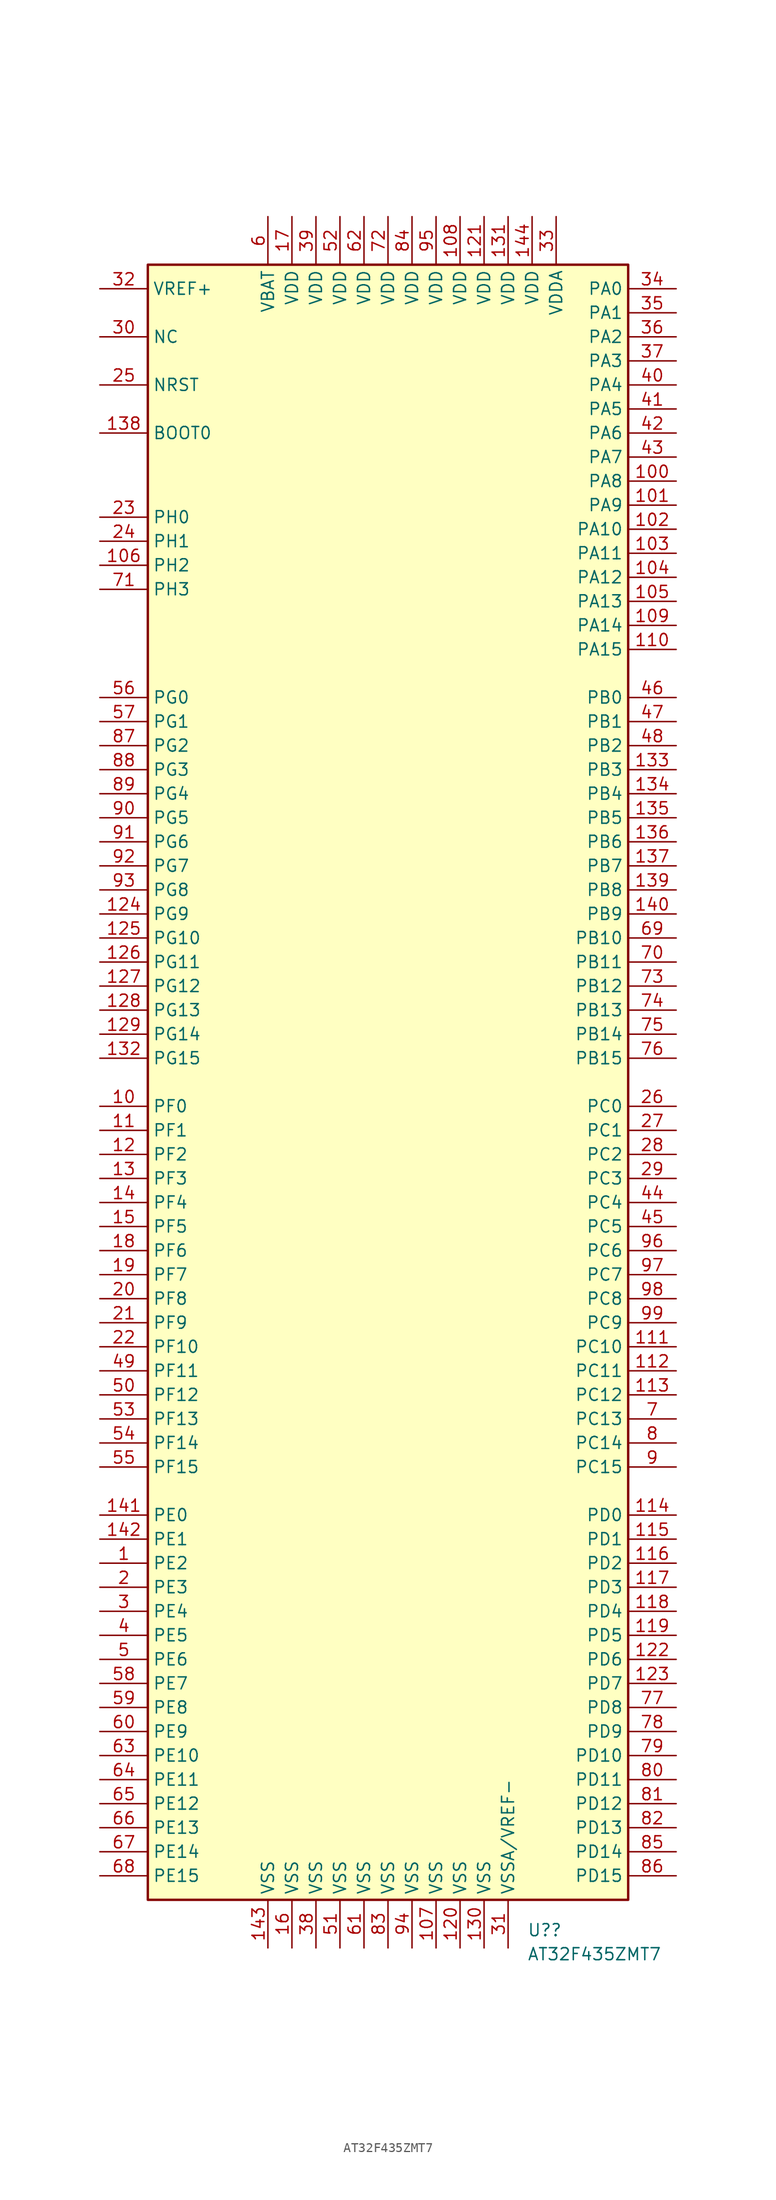
<source format=kicad_sym>
(kicad_symbol_lib
  (version 20211014)
  (generator kicad_symbol_editor)
  (symbol "AT32F435ZMT7"
    (property "Reference" "U?"
      (at 14.719 -89.565 0)
      (effects (font (size 1.27 1.27)) (justify left)))
    (property "Value" "AT32F435ZMT7"
      (at 14.719 -92.105 0)
      (effects (font (size 1.27 1.27)) (justify left)))
    (symbol "AT32F435ZMT7_0_1"
      (rectangle (start -25.4 -86.36) (end 25.4 86.36) (stroke (width 0.254) (type default) (color 0 0 0 0)) (fill (type background))))
    (symbol "AT32F435ZMT7_1_1"
      (pin bidirectional line (at -30.48 -50.8 0) (length 5.08) (name "PE2" (effects (font (size 1.27 1.27)))) (number "1" (effects (font (size 1.27 1.27)))))
      (pin bidirectional line (at -30.48 -2.54 0) (length 5.08) (name "PF0" (effects (font (size 1.27 1.27)))) (number "10" (effects (font (size 1.27 1.27)))))
      (pin bidirectional line (at 30.48 63.5 180) (length 5.08) (name "PA8" (effects (font (size 1.27 1.27)))) (number "100" (effects (font (size 1.27 1.27)))))
      (pin bidirectional line (at 30.48 60.96 180) (length 5.08) (name "PA9" (effects (font (size 1.27 1.27)))) (number "101" (effects (font (size 1.27 1.27)))))
      (pin bidirectional line (at 30.48 58.42 180) (length 5.08) (name "PA10" (effects (font (size 1.27 1.27)))) (number "102" (effects (font (size 1.27 1.27)))))
      (pin bidirectional line (at 30.48 55.88 180) (length 5.08) (name "PA11" (effects (font (size 1.27 1.27)))) (number "103" (effects (font (size 1.27 1.27)))))
      (pin bidirectional line (at 30.48 53.34 180) (length 5.08) (name "PA12" (effects (font (size 1.27 1.27)))) (number "104" (effects (font (size 1.27 1.27)))))
      (pin bidirectional line (at 30.48 50.8 180) (length 5.08) (name "PA13" (effects (font (size 1.27 1.27)))) (number "105" (effects (font (size 1.27 1.27)))))
      (pin bidirectional line (at -30.48 54.61 0) (length 5.08) (name "PH2" (effects (font (size 1.27 1.27)))) (number "106" (effects (font (size 1.27 1.27)))))
      (pin power_in line (at 5.08 -91.44 90) (length 5.08) (name "VSS" (effects (font (size 1.27 1.27)))) (number "107" (effects (font (size 1.27 1.27)))))
      (pin power_in line (at 7.62 91.44 270) (length 5.08) (name "VDD" (effects (font (size 1.27 1.27)))) (number "108" (effects (font (size 1.27 1.27)))))
      (pin bidirectional line (at 30.48 48.26 180) (length 5.08) (name "PA14" (effects (font (size 1.27 1.27)))) (number "109" (effects (font (size 1.27 1.27)))))
      (pin bidirectional line (at -30.48 -5.08 0) (length 5.08) (name "PF1" (effects (font (size 1.27 1.27)))) (number "11" (effects (font (size 1.27 1.27)))))
      (pin bidirectional line (at 30.48 45.72 180) (length 5.08) (name "PA15" (effects (font (size 1.27 1.27)))) (number "110" (effects (font (size 1.27 1.27)))))
      (pin bidirectional line (at 30.48 -27.94 180) (length 5.08) (name "PC10" (effects (font (size 1.27 1.27)))) (number "111" (effects (font (size 1.27 1.27)))))
      (pin bidirectional line (at 30.48 -30.48 180) (length 5.08) (name "PC11" (effects (font (size 1.27 1.27)))) (number "112" (effects (font (size 1.27 1.27)))))
      (pin bidirectional line (at 30.48 -33.02 180) (length 5.08) (name "PC12" (effects (font (size 1.27 1.27)))) (number "113" (effects (font (size 1.27 1.27)))))
      (pin bidirectional line (at 30.48 -45.72 180) (length 5.08) (name "PD0" (effects (font (size 1.27 1.27)))) (number "114" (effects (font (size 1.27 1.27)))))
      (pin bidirectional line (at 30.48 -48.26 180) (length 5.08) (name "PD1" (effects (font (size 1.27 1.27)))) (number "115" (effects (font (size 1.27 1.27)))))
      (pin bidirectional line (at 30.48 -50.8 180) (length 5.08) (name "PD2" (effects (font (size 1.27 1.27)))) (number "116" (effects (font (size 1.27 1.27)))))
      (pin bidirectional line (at 30.48 -53.34 180) (length 5.08) (name "PD3" (effects (font (size 1.27 1.27)))) (number "117" (effects (font (size 1.27 1.27)))))
      (pin bidirectional line (at 30.48 -55.88 180) (length 5.08) (name "PD4" (effects (font (size 1.27 1.27)))) (number "118" (effects (font (size 1.27 1.27)))))
      (pin bidirectional line (at 30.48 -58.42 180) (length 5.08) (name "PD5" (effects (font (size 1.27 1.27)))) (number "119" (effects (font (size 1.27 1.27)))))
      (pin bidirectional line (at -30.48 -7.62 0) (length 5.08) (name "PF2" (effects (font (size 1.27 1.27)))) (number "12" (effects (font (size 1.27 1.27)))))
      (pin power_in line (at 7.62 -91.44 90) (length 5.08) (name "VSS" (effects (font (size 1.27 1.27)))) (number "120" (effects (font (size 1.27 1.27)))))
      (pin power_in line (at 10.16 91.44 270) (length 5.08) (name "VDD" (effects (font (size 1.27 1.27)))) (number "121" (effects (font (size 1.27 1.27)))))
      (pin bidirectional line (at 30.48 -60.96 180) (length 5.08) (name "PD6" (effects (font (size 1.27 1.27)))) (number "122" (effects (font (size 1.27 1.27)))))
      (pin bidirectional line (at 30.48 -63.5 180) (length 5.08) (name "PD7" (effects (font (size 1.27 1.27)))) (number "123" (effects (font (size 1.27 1.27)))))
      (pin bidirectional line (at -30.48 17.78 0) (length 5.08) (name "PG9" (effects (font (size 1.27 1.27)))) (number "124" (effects (font (size 1.27 1.27)))))
      (pin bidirectional line (at -30.48 15.24 0) (length 5.08) (name "PG10" (effects (font (size 1.27 1.27)))) (number "125" (effects (font (size 1.27 1.27)))))
      (pin bidirectional line (at -30.48 12.7 0) (length 5.08) (name "PG11" (effects (font (size 1.27 1.27)))) (number "126" (effects (font (size 1.27 1.27)))))
      (pin bidirectional line (at -30.48 10.16 0) (length 5.08) (name "PG12" (effects (font (size 1.27 1.27)))) (number "127" (effects (font (size 1.27 1.27)))))
      (pin bidirectional line (at -30.48 7.62 0) (length 5.08) (name "PG13" (effects (font (size 1.27 1.27)))) (number "128" (effects (font (size 1.27 1.27)))))
      (pin bidirectional line (at -30.48 5.08 0) (length 5.08) (name "PG14" (effects (font (size 1.27 1.27)))) (number "129" (effects (font (size 1.27 1.27)))))
      (pin bidirectional line (at -30.48 -10.16 0) (length 5.08) (name "PF3" (effects (font (size 1.27 1.27)))) (number "13" (effects (font (size 1.27 1.27)))))
      (pin power_in line (at 10.16 -91.44 90) (length 5.08) (name "VSS" (effects (font (size 1.27 1.27)))) (number "130" (effects (font (size 1.27 1.27)))))
      (pin power_in line (at 12.7 91.44 270) (length 5.08) (name "VDD" (effects (font (size 1.27 1.27)))) (number "131" (effects (font (size 1.27 1.27)))))
      (pin bidirectional line (at -30.48 2.54 0) (length 5.08) (name "PG15" (effects (font (size 1.27 1.27)))) (number "132" (effects (font (size 1.27 1.27)))))
      (pin bidirectional line (at 30.48 33.02 180) (length 5.08) (name "PB3" (effects (font (size 1.27 1.27)))) (number "133" (effects (font (size 1.27 1.27)))))
      (pin bidirectional line (at 30.48 30.48 180) (length 5.08) (name "PB4" (effects (font (size 1.27 1.27)))) (number "134" (effects (font (size 1.27 1.27)))))
      (pin bidirectional line (at 30.48 27.94 180) (length 5.08) (name "PB5" (effects (font (size 1.27 1.27)))) (number "135" (effects (font (size 1.27 1.27)))))
      (pin bidirectional line (at 30.48 25.4 180) (length 5.08) (name "PB6" (effects (font (size 1.27 1.27)))) (number "136" (effects (font (size 1.27 1.27)))))
      (pin bidirectional line (at 30.48 22.86 180) (length 5.08) (name "PB7" (effects (font (size 1.27 1.27)))) (number "137" (effects (font (size 1.27 1.27)))))
      (pin input line (at -30.48 68.58 0) (length 5.08) (name "BOOT0" (effects (font (size 1.27 1.27)))) (number "138" (effects (font (size 1.27 1.27)))))
      (pin bidirectional line (at 30.48 20.32 180) (length 5.08) (name "PB8" (effects (font (size 1.27 1.27)))) (number "139" (effects (font (size 1.27 1.27)))))
      (pin bidirectional line (at -30.48 -12.7 0) (length 5.08) (name "PF4" (effects (font (size 1.27 1.27)))) (number "14" (effects (font (size 1.27 1.27)))))
      (pin bidirectional line (at 30.48 17.78 180) (length 5.08) (name "PB9" (effects (font (size 1.27 1.27)))) (number "140" (effects (font (size 1.27 1.27)))))
      (pin bidirectional line (at -30.48 -45.72 0) (length 5.08) (name "PE0" (effects (font (size 1.27 1.27)))) (number "141" (effects (font (size 1.27 1.27)))))
      (pin bidirectional line (at -30.48 -48.26 0) (length 5.08) (name "PE1" (effects (font (size 1.27 1.27)))) (number "142" (effects (font (size 1.27 1.27)))))
      (pin power_in line (at -12.7 -91.44 90) (length 5.08) (name "VSS" (effects (font (size 1.27 1.27)))) (number "143" (effects (font (size 1.27 1.27)))))
      (pin power_in line (at 15.24 91.44 270) (length 5.08) (name "VDD" (effects (font (size 1.27 1.27)))) (number "144" (effects (font (size 1.27 1.27)))))
      (pin bidirectional line (at -30.48 -15.24 0) (length 5.08) (name "PF5" (effects (font (size 1.27 1.27)))) (number "15" (effects (font (size 1.27 1.27)))))
      (pin power_in line (at -10.16 -91.44 90) (length 5.08) (name "VSS" (effects (font (size 1.27 1.27)))) (number "16" (effects (font (size 1.27 1.27)))))
      (pin power_in line (at -10.16 91.44 270) (length 5.08) (name "VDD" (effects (font (size 1.27 1.27)))) (number "17" (effects (font (size 1.27 1.27)))))
      (pin bidirectional line (at -30.48 -17.78 0) (length 5.08) (name "PF6" (effects (font (size 1.27 1.27)))) (number "18" (effects (font (size 1.27 1.27)))))
      (pin bidirectional line (at -30.48 -20.32 0) (length 5.08) (name "PF7" (effects (font (size 1.27 1.27)))) (number "19" (effects (font (size 1.27 1.27)))))
      (pin bidirectional line (at -30.48 -53.34 0) (length 5.08) (name "PE3" (effects (font (size 1.27 1.27)))) (number "2" (effects (font (size 1.27 1.27)))))
      (pin bidirectional line (at -30.48 -22.86 0) (length 5.08) (name "PF8" (effects (font (size 1.27 1.27)))) (number "20" (effects (font (size 1.27 1.27)))))
      (pin bidirectional line (at -30.48 -25.4 0) (length 5.08) (name "PF9" (effects (font (size 1.27 1.27)))) (number "21" (effects (font (size 1.27 1.27)))))
      (pin bidirectional line (at -30.48 -27.94 0) (length 5.08) (name "PF10" (effects (font (size 1.27 1.27)))) (number "22" (effects (font (size 1.27 1.27)))))
      (pin bidirectional line (at -30.48 59.69 0) (length 5.08) (name "PH0" (effects (font (size 1.27 1.27)))) (number "23" (effects (font (size 1.27 1.27)))))
      (pin bidirectional line (at -30.48 57.15 0) (length 5.08) (name "PH1" (effects (font (size 1.27 1.27)))) (number "24" (effects (font (size 1.27 1.27)))))
      (pin input line (at -30.48 73.66 0) (length 5.08) (name "NRST" (effects (font (size 1.27 1.27)))) (number "25" (effects (font (size 1.27 1.27)))))
      (pin bidirectional line (at 30.48 -2.54 180) (length 5.08) (name "PC0" (effects (font (size 1.27 1.27)))) (number "26" (effects (font (size 1.27 1.27)))))
      (pin bidirectional line (at 30.48 -5.08 180) (length 5.08) (name "PC1" (effects (font (size 1.27 1.27)))) (number "27" (effects (font (size 1.27 1.27)))))
      (pin bidirectional line (at 30.48 -7.62 180) (length 5.08) (name "PC2" (effects (font (size 1.27 1.27)))) (number "28" (effects (font (size 1.27 1.27)))))
      (pin bidirectional line (at 30.48 -10.16 180) (length 5.08) (name "PC3" (effects (font (size 1.27 1.27)))) (number "29" (effects (font (size 1.27 1.27)))))
      (pin bidirectional line (at -30.48 -55.88 0) (length 5.08) (name "PE4" (effects (font (size 1.27 1.27)))) (number "3" (effects (font (size 1.27 1.27)))))
      (pin free line (at -30.48 78.74 0) (length 5.08) (name "NC" (effects (font (size 1.27 1.27)))) (number "30" (effects (font (size 1.27 1.27)))))
      (pin power_in line (at 12.7 -91.44 90) (length 5.08) (name "VSSA/VREF-" (effects (font (size 1.27 1.27)))) (number "31" (effects (font (size 1.27 1.27)))))
      (pin power_in line (at -30.48 83.82 0) (length 5.08) (name "VREF+" (effects (font (size 1.27 1.27)))) (number "32" (effects (font (size 1.27 1.27)))))
      (pin power_in line (at 17.78 91.44 270) (length 5.08) (name "VDDA" (effects (font (size 1.27 1.27)))) (number "33" (effects (font (size 1.27 1.27)))))
      (pin bidirectional line (at 30.48 83.82 180) (length 5.08) (name "PA0" (effects (font (size 1.27 1.27)))) (number "34" (effects (font (size 1.27 1.27)))))
      (pin bidirectional line (at 30.48 81.28 180) (length 5.08) (name "PA1" (effects (font (size 1.27 1.27)))) (number "35" (effects (font (size 1.27 1.27)))))
      (pin bidirectional line (at 30.48 78.74 180) (length 5.08) (name "PA2" (effects (font (size 1.27 1.27)))) (number "36" (effects (font (size 1.27 1.27)))))
      (pin bidirectional line (at 30.48 76.2 180) (length 5.08) (name "PA3" (effects (font (size 1.27 1.27)))) (number "37" (effects (font (size 1.27 1.27)))))
      (pin power_in line (at -7.62 -91.44 90) (length 5.08) (name "VSS" (effects (font (size 1.27 1.27)))) (number "38" (effects (font (size 1.27 1.27)))))
      (pin power_in line (at -7.62 91.44 270) (length 5.08) (name "VDD" (effects (font (size 1.27 1.27)))) (number "39" (effects (font (size 1.27 1.27)))))
      (pin bidirectional line (at -30.48 -58.42 0) (length 5.08) (name "PE5" (effects (font (size 1.27 1.27)))) (number "4" (effects (font (size 1.27 1.27)))))
      (pin bidirectional line (at 30.48 73.66 180) (length 5.08) (name "PA4" (effects (font (size 1.27 1.27)))) (number "40" (effects (font (size 1.27 1.27)))))
      (pin bidirectional line (at 30.48 71.12 180) (length 5.08) (name "PA5" (effects (font (size 1.27 1.27)))) (number "41" (effects (font (size 1.27 1.27)))))
      (pin bidirectional line (at 30.48 68.58 180) (length 5.08) (name "PA6" (effects (font (size 1.27 1.27)))) (number "42" (effects (font (size 1.27 1.27)))))
      (pin bidirectional line (at 30.48 66.04 180) (length 5.08) (name "PA7" (effects (font (size 1.27 1.27)))) (number "43" (effects (font (size 1.27 1.27)))))
      (pin bidirectional line (at 30.48 -12.7 180) (length 5.08) (name "PC4" (effects (font (size 1.27 1.27)))) (number "44" (effects (font (size 1.27 1.27)))))
      (pin bidirectional line (at 30.48 -15.24 180) (length 5.08) (name "PC5" (effects (font (size 1.27 1.27)))) (number "45" (effects (font (size 1.27 1.27)))))
      (pin bidirectional line (at 30.48 40.64 180) (length 5.08) (name "PB0" (effects (font (size 1.27 1.27)))) (number "46" (effects (font (size 1.27 1.27)))))
      (pin bidirectional line (at 30.48 38.1 180) (length 5.08) (name "PB1" (effects (font (size 1.27 1.27)))) (number "47" (effects (font (size 1.27 1.27)))))
      (pin bidirectional line (at 30.48 35.56 180) (length 5.08) (name "PB2" (effects (font (size 1.27 1.27)))) (number "48" (effects (font (size 1.27 1.27)))))
      (pin bidirectional line (at -30.48 -30.48 0) (length 5.08) (name "PF11" (effects (font (size 1.27 1.27)))) (number "49" (effects (font (size 1.27 1.27)))))
      (pin bidirectional line (at -30.48 -60.96 0) (length 5.08) (name "PE6" (effects (font (size 1.27 1.27)))) (number "5" (effects (font (size 1.27 1.27)))))
      (pin bidirectional line (at -30.48 -33.02 0) (length 5.08) (name "PF12" (effects (font (size 1.27 1.27)))) (number "50" (effects (font (size 1.27 1.27)))))
      (pin power_in line (at -5.08 -91.44 90) (length 5.08) (name "VSS" (effects (font (size 1.27 1.27)))) (number "51" (effects (font (size 1.27 1.27)))))
      (pin power_in line (at -5.08 91.44 270) (length 5.08) (name "VDD" (effects (font (size 1.27 1.27)))) (number "52" (effects (font (size 1.27 1.27)))))
      (pin bidirectional line (at -30.48 -35.56 0) (length 5.08) (name "PF13" (effects (font (size 1.27 1.27)))) (number "53" (effects (font (size 1.27 1.27)))))
      (pin bidirectional line (at -30.48 -38.1 0) (length 5.08) (name "PF14" (effects (font (size 1.27 1.27)))) (number "54" (effects (font (size 1.27 1.27)))))
      (pin bidirectional line (at -30.48 -40.64 0) (length 5.08) (name "PF15" (effects (font (size 1.27 1.27)))) (number "55" (effects (font (size 1.27 1.27)))))
      (pin bidirectional line (at -30.48 40.64 0) (length 5.08) (name "PG0" (effects (font (size 1.27 1.27)))) (number "56" (effects (font (size 1.27 1.27)))))
      (pin bidirectional line (at -30.48 38.1 0) (length 5.08) (name "PG1" (effects (font (size 1.27 1.27)))) (number "57" (effects (font (size 1.27 1.27)))))
      (pin bidirectional line (at -30.48 -63.5 0) (length 5.08) (name "PE7" (effects (font (size 1.27 1.27)))) (number "58" (effects (font (size 1.27 1.27)))))
      (pin bidirectional line (at -30.48 -66.04 0) (length 5.08) (name "PE8" (effects (font (size 1.27 1.27)))) (number "59" (effects (font (size 1.27 1.27)))))
      (pin power_in line (at -12.7 91.44 270) (length 5.08) (name "VBAT" (effects (font (size 1.27 1.27)))) (number "6" (effects (font (size 1.27 1.27)))))
      (pin bidirectional line (at -30.48 -68.58 0) (length 5.08) (name "PE9" (effects (font (size 1.27 1.27)))) (number "60" (effects (font (size 1.27 1.27)))))
      (pin power_in line (at -2.54 -91.44 90) (length 5.08) (name "VSS" (effects (font (size 1.27 1.27)))) (number "61" (effects (font (size 1.27 1.27)))))
      (pin power_in line (at -2.54 91.44 270) (length 5.08) (name "VDD" (effects (font (size 1.27 1.27)))) (number "62" (effects (font (size 1.27 1.27)))))
      (pin bidirectional line (at -30.48 -71.12 0) (length 5.08) (name "PE10" (effects (font (size 1.27 1.27)))) (number "63" (effects (font (size 1.27 1.27)))))
      (pin bidirectional line (at -30.48 -73.66 0) (length 5.08) (name "PE11" (effects (font (size 1.27 1.27)))) (number "64" (effects (font (size 1.27 1.27)))))
      (pin bidirectional line (at -30.48 -76.2 0) (length 5.08) (name "PE12" (effects (font (size 1.27 1.27)))) (number "65" (effects (font (size 1.27 1.27)))))
      (pin bidirectional line (at -30.48 -78.74 0) (length 5.08) (name "PE13" (effects (font (size 1.27 1.27)))) (number "66" (effects (font (size 1.27 1.27)))))
      (pin bidirectional line (at -30.48 -81.28 0) (length 5.08) (name "PE14" (effects (font (size 1.27 1.27)))) (number "67" (effects (font (size 1.27 1.27)))))
      (pin bidirectional line (at -30.48 -83.82 0) (length 5.08) (name "PE15" (effects (font (size 1.27 1.27)))) (number "68" (effects (font (size 1.27 1.27)))))
      (pin bidirectional line (at 30.48 15.24 180) (length 5.08) (name "PB10" (effects (font (size 1.27 1.27)))) (number "69" (effects (font (size 1.27 1.27)))))
      (pin bidirectional line (at 30.48 -35.56 180) (length 5.08) (name "PC13" (effects (font (size 1.27 1.27)))) (number "7" (effects (font (size 1.27 1.27)))))
      (pin bidirectional line (at 30.48 12.7 180) (length 5.08) (name "PB11" (effects (font (size 1.27 1.27)))) (number "70" (effects (font (size 1.27 1.27)))))
      (pin bidirectional line (at -30.48 52.07 0) (length 5.08) (name "PH3" (effects (font (size 1.27 1.27)))) (number "71" (effects (font (size 1.27 1.27)))))
      (pin power_in line (at 0 91.44 270) (length 5.08) (name "VDD" (effects (font (size 1.27 1.27)))) (number "72" (effects (font (size 1.27 1.27)))))
      (pin bidirectional line (at 30.48 10.16 180) (length 5.08) (name "PB12" (effects (font (size 1.27 1.27)))) (number "73" (effects (font (size 1.27 1.27)))))
      (pin bidirectional line (at 30.48 7.62 180) (length 5.08) (name "PB13" (effects (font (size 1.27 1.27)))) (number "74" (effects (font (size 1.27 1.27)))))
      (pin bidirectional line (at 30.48 5.08 180) (length 5.08) (name "PB14" (effects (font (size 1.27 1.27)))) (number "75" (effects (font (size 1.27 1.27)))))
      (pin bidirectional line (at 30.48 2.54 180) (length 5.08) (name "PB15" (effects (font (size 1.27 1.27)))) (number "76" (effects (font (size 1.27 1.27)))))
      (pin bidirectional line (at 30.48 -66.04 180) (length 5.08) (name "PD8" (effects (font (size 1.27 1.27)))) (number "77" (effects (font (size 1.27 1.27)))))
      (pin bidirectional line (at 30.48 -68.58 180) (length 5.08) (name "PD9" (effects (font (size 1.27 1.27)))) (number "78" (effects (font (size 1.27 1.27)))))
      (pin bidirectional line (at 30.48 -71.12 180) (length 5.08) (name "PD10" (effects (font (size 1.27 1.27)))) (number "79" (effects (font (size 1.27 1.27)))))
      (pin bidirectional line (at 30.48 -38.1 180) (length 5.08) (name "PC14" (effects (font (size 1.27 1.27)))) (number "8" (effects (font (size 1.27 1.27)))))
      (pin bidirectional line (at 30.48 -73.66 180) (length 5.08) (name "PD11" (effects (font (size 1.27 1.27)))) (number "80" (effects (font (size 1.27 1.27)))))
      (pin bidirectional line (at 30.48 -76.2 180) (length 5.08) (name "PD12" (effects (font (size 1.27 1.27)))) (number "81" (effects (font (size 1.27 1.27)))))
      (pin bidirectional line (at 30.48 -78.74 180) (length 5.08) (name "PD13" (effects (font (size 1.27 1.27)))) (number "82" (effects (font (size 1.27 1.27)))))
      (pin power_in line (at 0 -91.44 90) (length 5.08) (name "VSS" (effects (font (size 1.27 1.27)))) (number "83" (effects (font (size 1.27 1.27)))))
      (pin power_in line (at 2.54 91.44 270) (length 5.08) (name "VDD" (effects (font (size 1.27 1.27)))) (number "84" (effects (font (size 1.27 1.27)))))
      (pin bidirectional line (at 30.48 -81.28 180) (length 5.08) (name "PD14" (effects (font (size 1.27 1.27)))) (number "85" (effects (font (size 1.27 1.27)))))
      (pin bidirectional line (at 30.48 -83.82 180) (length 5.08) (name "PD15" (effects (font (size 1.27 1.27)))) (number "86" (effects (font (size 1.27 1.27)))))
      (pin bidirectional line (at -30.48 35.56 0) (length 5.08) (name "PG2" (effects (font (size 1.27 1.27)))) (number "87" (effects (font (size 1.27 1.27)))))
      (pin bidirectional line (at -30.48 33.02 0) (length 5.08) (name "PG3" (effects (font (size 1.27 1.27)))) (number "88" (effects (font (size 1.27 1.27)))))
      (pin bidirectional line (at -30.48 30.48 0) (length 5.08) (name "PG4" (effects (font (size 1.27 1.27)))) (number "89" (effects (font (size 1.27 1.27)))))
      (pin bidirectional line (at 30.48 -40.64 180) (length 5.08) (name "PC15" (effects (font (size 1.27 1.27)))) (number "9" (effects (font (size 1.27 1.27)))))
      (pin bidirectional line (at -30.48 27.94 0) (length 5.08) (name "PG5" (effects (font (size 1.27 1.27)))) (number "90" (effects (font (size 1.27 1.27)))))
      (pin bidirectional line (at -30.48 25.4 0) (length 5.08) (name "PG6" (effects (font (size 1.27 1.27)))) (number "91" (effects (font (size 1.27 1.27)))))
      (pin bidirectional line (at -30.48 22.86 0) (length 5.08) (name "PG7" (effects (font (size 1.27 1.27)))) (number "92" (effects (font (size 1.27 1.27)))))
      (pin bidirectional line (at -30.48 20.32 0) (length 5.08) (name "PG8" (effects (font (size 1.27 1.27)))) (number "93" (effects (font (size 1.27 1.27)))))
      (pin power_in line (at 2.54 -91.44 90) (length 5.08) (name "VSS" (effects (font (size 1.27 1.27)))) (number "94" (effects (font (size 1.27 1.27)))))
      (pin power_in line (at 5.08 91.44 270) (length 5.08) (name "VDD" (effects (font (size 1.27 1.27)))) (number "95" (effects (font (size 1.27 1.27)))))
      (pin bidirectional line (at 30.48 -17.78 180) (length 5.08) (name "PC6" (effects (font (size 1.27 1.27)))) (number "96" (effects (font (size 1.27 1.27)))))
      (pin bidirectional line (at 30.48 -20.32 180) (length 5.08) (name "PC7" (effects (font (size 1.27 1.27)))) (number "97" (effects (font (size 1.27 1.27)))))
      (pin bidirectional line (at 30.48 -22.86 180) (length 5.08) (name "PC8" (effects (font (size 1.27 1.27)))) (number "98" (effects (font (size 1.27 1.27)))))
      (pin bidirectional line (at 30.48 -25.4 180) (length 5.08) (name "PC9" (effects (font (size 1.27 1.27)))) (number "99" (effects (font (size 1.27 1.27))))))))
</source>
